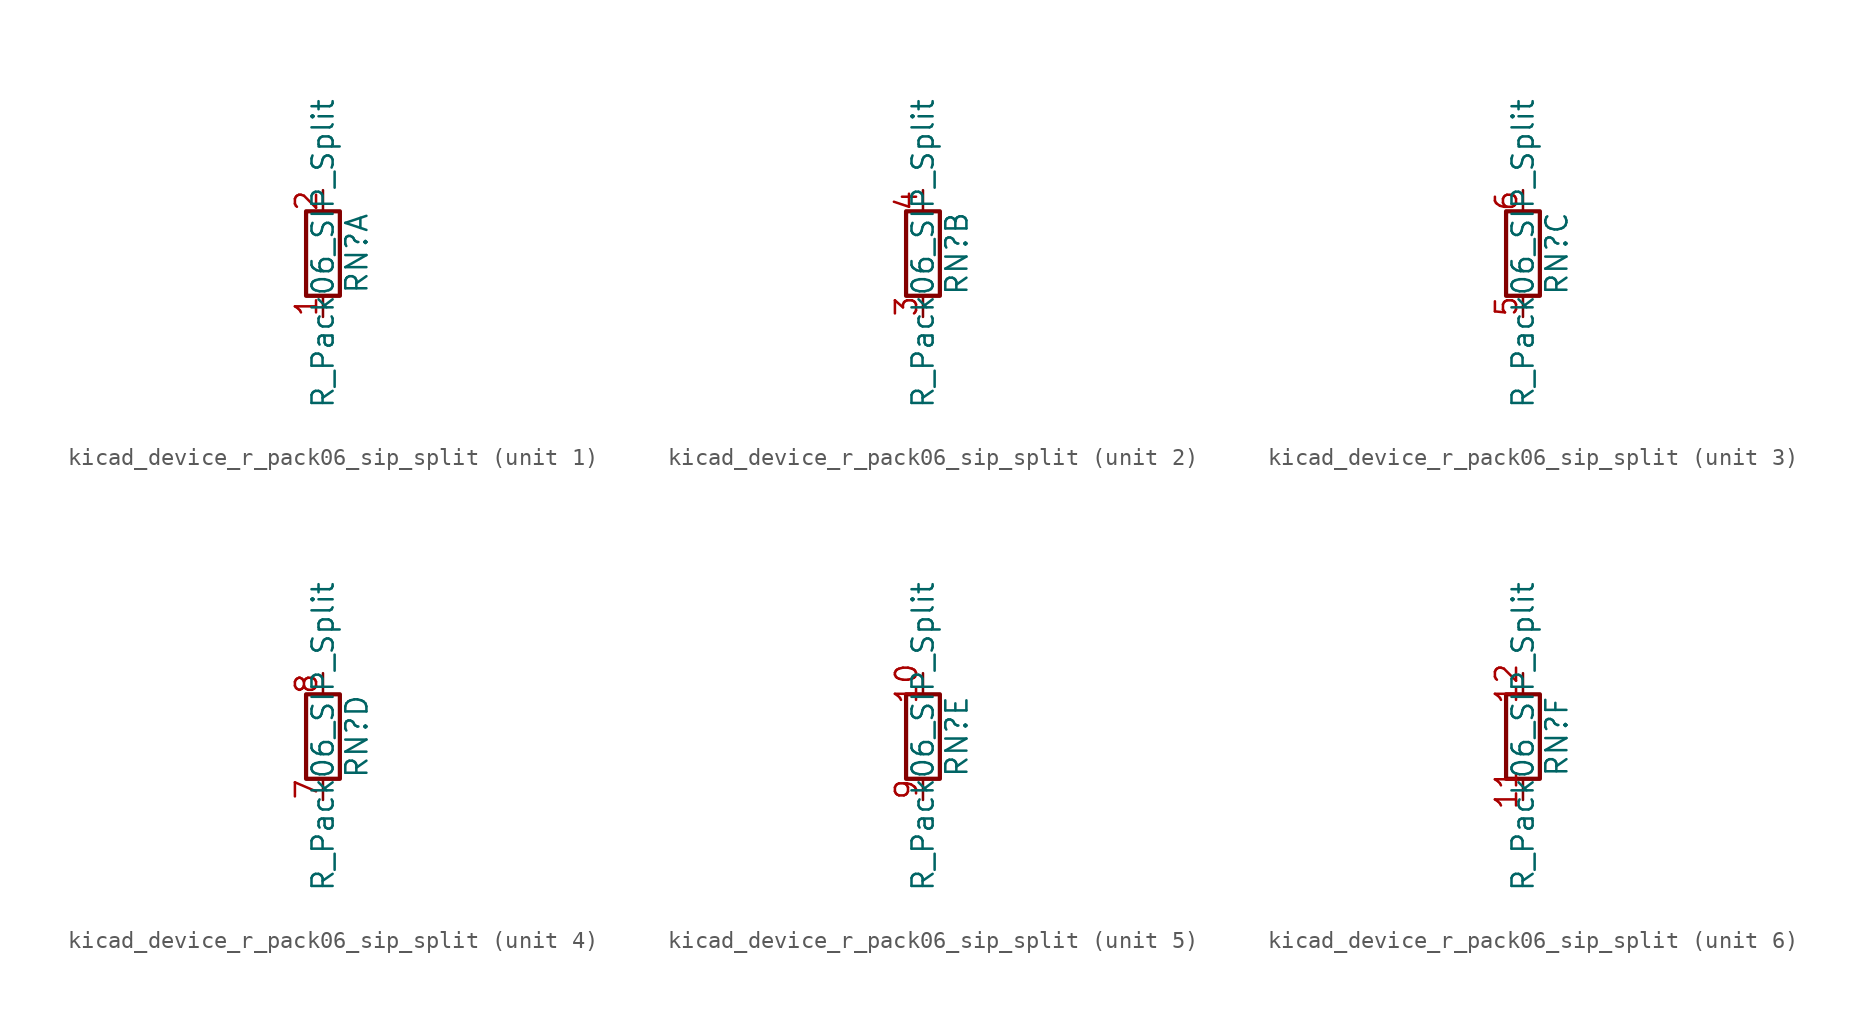
<source format=kicad_sym>
(kicad_symbol_lib
  (version 20220914)
  (generator kicad_symbol_editor)
  (symbol "kicad_device_r_pack06_sip_split"
    (pin_names
      (offset 0) hide)
    (property "Reference" "RN"
      (at 2.032 0 90)
      (effects (font (size 1.27 1.27))))
    (property "Value" "R_Pack06_SIP_Split"
      (at 0 0 90)
      (effects (font (size 1.27 1.27))))
    (symbol "kicad_device_r_pack06_sip_split_0_1"
      (rectangle (start 1.016 2.54) (end -1.016 -2.54) (stroke (width 0.254) (type default)) (fill (type none))))
    (symbol "kicad_device_r_pack06_sip_split_1_1"
      (pin passive line (at 0 -3.81 90) (length 1.27) (name "R1.1" (effects (font (size 1.27 1.27)))) (number "1" (effects (font (size 1.27 1.27)))))
      (pin passive line (at 0 3.81 270) (length 1.27) (name "R1.2" (effects (font (size 1.27 1.27)))) (number "2" (effects (font (size 1.27 1.27))))))
    (symbol "kicad_device_r_pack06_sip_split_2_1"
      (pin passive line (at 0 -3.81 90) (length 1.27) (name "R2.1" (effects (font (size 1.27 1.27)))) (number "3" (effects (font (size 1.27 1.27)))))
      (pin passive line (at 0 3.81 270) (length 1.27) (name "R2.2" (effects (font (size 1.27 1.27)))) (number "4" (effects (font (size 1.27 1.27))))))
    (symbol "kicad_device_r_pack06_sip_split_3_1"
      (pin passive line (at 0 -3.81 90) (length 1.27) (name "R3.1" (effects (font (size 1.27 1.27)))) (number "5" (effects (font (size 1.27 1.27)))))
      (pin passive line (at 0 3.81 270) (length 1.27) (name "R3.2" (effects (font (size 1.27 1.27)))) (number "6" (effects (font (size 1.27 1.27))))))
    (symbol "kicad_device_r_pack06_sip_split_4_1"
      (pin passive line (at 0 -3.81 90) (length 1.27) (name "R4.1" (effects (font (size 1.27 1.27)))) (number "7" (effects (font (size 1.27 1.27)))))
      (pin passive line (at 0 3.81 270) (length 1.27) (name "R4.2" (effects (font (size 1.27 1.27)))) (number "8" (effects (font (size 1.27 1.27))))))
    (symbol "kicad_device_r_pack06_sip_split_5_1"
      (pin passive line (at 0 3.81 270) (length 1.27) (name "R5.2" (effects (font (size 1.27 1.27)))) (number "10" (effects (font (size 1.27 1.27)))))
      (pin passive line (at 0 -3.81 90) (length 1.27) (name "R5.1" (effects (font (size 1.27 1.27)))) (number "9" (effects (font (size 1.27 1.27))))))
    (symbol "kicad_device_r_pack06_sip_split_6_1"
      (pin passive line (at 0 -3.81 90) (length 1.27) (name "R6.1" (effects (font (size 1.27 1.27)))) (number "11" (effects (font (size 1.27 1.27)))))
      (pin passive line (at 0 3.81 270) (length 1.27) (name "R6.2" (effects (font (size 1.27 1.27)))) (number "12" (effects (font (size 1.27 1.27))))))))
</source>
